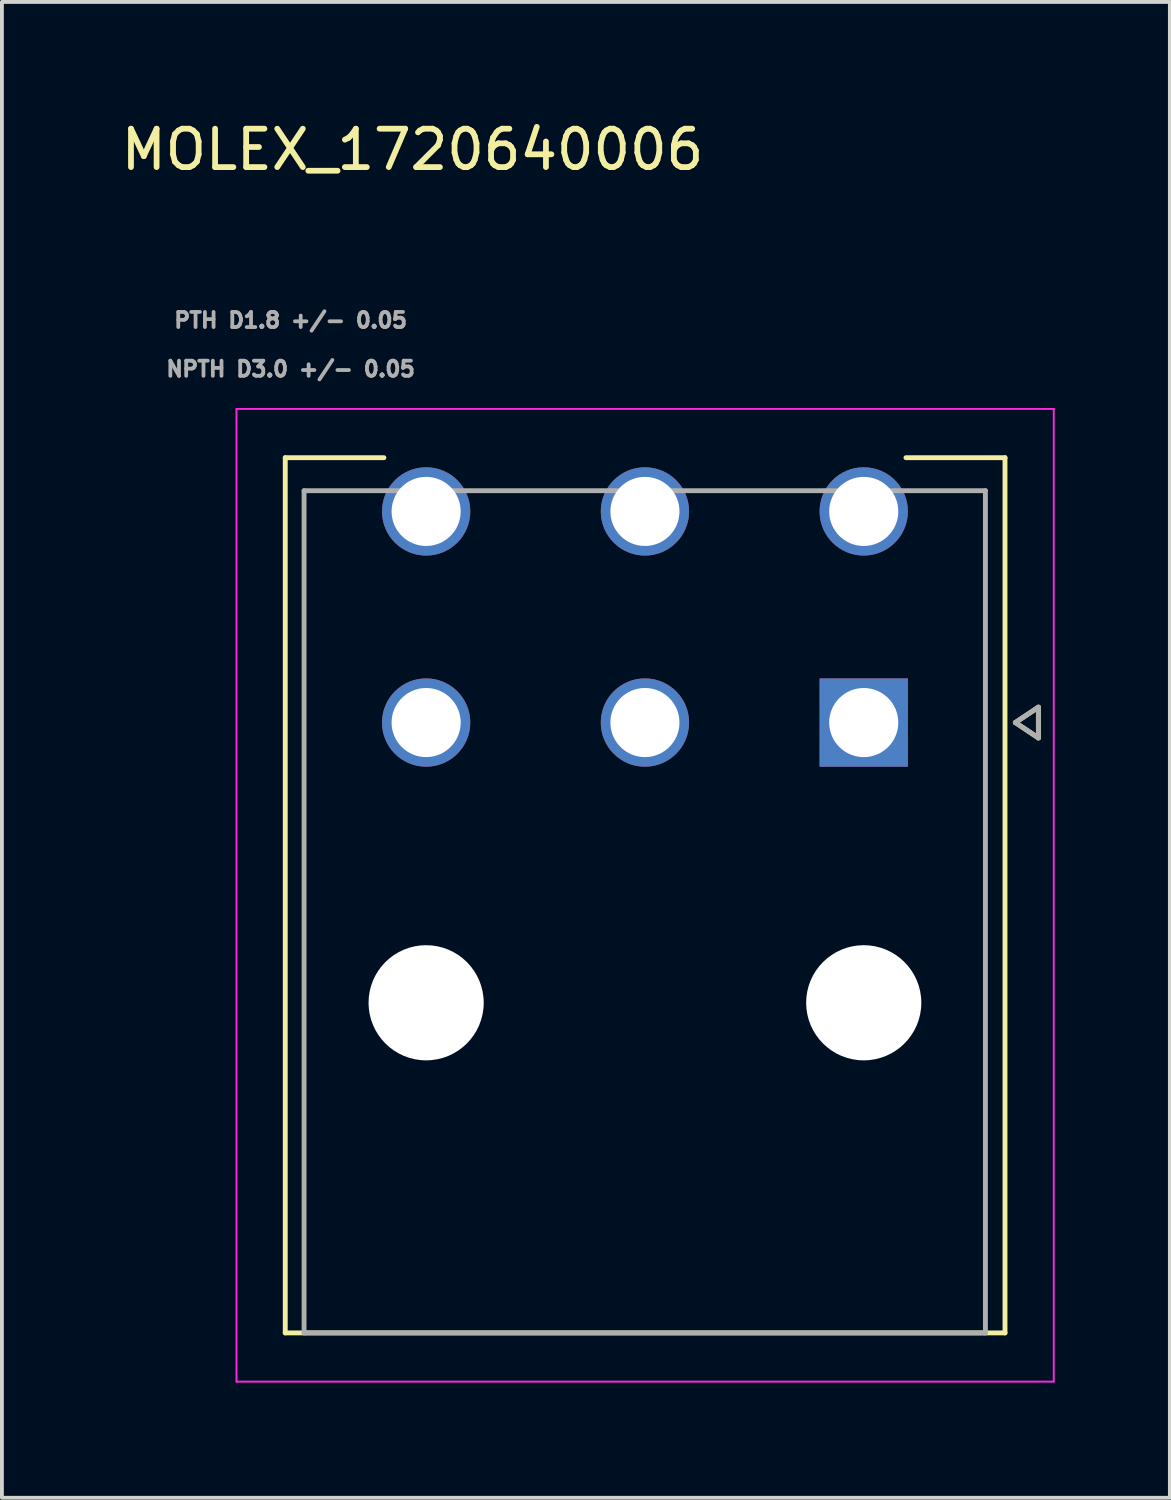
<source format=kicad_pcb>
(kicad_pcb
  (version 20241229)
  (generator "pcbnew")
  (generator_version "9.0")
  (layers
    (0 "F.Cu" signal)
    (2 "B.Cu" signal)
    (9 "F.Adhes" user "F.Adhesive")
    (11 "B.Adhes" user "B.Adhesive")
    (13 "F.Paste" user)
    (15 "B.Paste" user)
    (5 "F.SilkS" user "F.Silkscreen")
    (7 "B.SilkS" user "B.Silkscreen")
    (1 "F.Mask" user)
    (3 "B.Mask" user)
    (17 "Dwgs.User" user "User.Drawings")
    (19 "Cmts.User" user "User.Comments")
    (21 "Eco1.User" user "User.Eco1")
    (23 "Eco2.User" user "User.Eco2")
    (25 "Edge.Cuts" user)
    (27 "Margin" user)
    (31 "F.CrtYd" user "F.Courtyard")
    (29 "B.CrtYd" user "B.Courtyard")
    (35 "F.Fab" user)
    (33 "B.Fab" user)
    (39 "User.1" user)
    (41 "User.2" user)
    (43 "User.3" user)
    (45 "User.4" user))
  (footprint "MOLEX_1720640006"
    (layer "F.Cu")
    (at 19.451 15.773)
    (property "Reference" "MOLEX_1720640006" (at -11.755 -14.925 0) (layer "F.SilkS") (effects (font (size 1 1) (thickness 0.15))))
    (attr through_hole)
    (fp_circle (center -11.4 -5.5) (end -10.787 -5.5) (stroke (width 1.226) (type solid)) (fill no) (layer "F.Mask"))
    (fp_circle (center -11.4 0) (end -10.787 0) (stroke (width 1.226) (type solid)) (fill no) (layer "F.Mask"))
    (fp_circle (center -11.4 7.3) (end -10.612 7.3) (stroke (width 1.576) (type solid)) (fill no) (layer "F.Mask"))
    (fp_circle (center -5.7 -5.5) (end -5.087 -5.5) (stroke (width 1.226) (type solid)) (fill no) (layer "F.Mask"))
    (fp_circle (center -5.7 0) (end -5.087 0) (stroke (width 1.226) (type solid)) (fill no) (layer "F.Mask"))
    (fp_circle (center 0 -5.5) (end 0.613 -5.5) (stroke (width 1.226) (type solid)) (fill no) (layer "F.Mask"))
    (fp_circle (center 0 7.3) (end 0.788 7.3) (stroke (width 1.576) (type solid)) (fill no) (layer "F.Mask"))
    (fp_poly (pts (xy -1.226 -1.226) (xy 1.226 -1.226) (xy 1.226 1.226) (xy -1.226 1.226)) (stroke (width 0.01) (type solid)) (fill yes) (layer "F.Mask"))
    (fp_circle (center -11.4 -5.5) (end -10.787 -5.5) (stroke (width 1.226) (type solid)) (fill no) (layer "B.Mask"))
    (fp_circle (center -11.4 0) (end -10.787 0) (stroke (width 1.226) (type solid)) (fill no) (layer "B.Mask"))
    (fp_circle (center -11.4 7.3) (end -10.612 7.3) (stroke (width 1.576) (type solid)) (fill no) (layer "B.Mask"))
    (fp_circle (center -5.7 -5.5) (end -5.087 -5.5) (stroke (width 1.226) (type solid)) (fill no) (layer "B.Mask"))
    (fp_circle (center -5.7 0) (end -5.087 0) (stroke (width 1.226) (type solid)) (fill no) (layer "B.Mask"))
    (fp_circle (center 0 -5.5) (end 0.613 -5.5) (stroke (width 1.226) (type solid)) (fill no) (layer "B.Mask"))
    (fp_circle (center 0 7.3) (end 0.788 7.3) (stroke (width 1.576) (type solid)) (fill no) (layer "B.Mask"))
    (fp_poly (pts (xy -1.226 -1.226) (xy 1.226 -1.226) (xy 1.226 1.226) (xy -1.226 1.226)) (stroke (width 0.01) (type solid)) (fill yes) (layer "B.Mask"))
    (fp_line (start -15.07 -6.9) (end -12.5 -6.9) (stroke (width 0.127) (type solid)) (layer "F.SilkS"))
    (fp_line (start -15.07 15.9) (end -15.07 -6.9) (stroke (width 0.127) (type solid)) (layer "F.SilkS"))
    (fp_line (start 1.1 -6.9) (end 3.68 -6.9) (stroke (width 0.127) (type solid)) (layer "F.SilkS"))
    (fp_line (start 3.68 -6.9) (end 3.68 15.9) (stroke (width 0.127) (type solid)) (layer "F.SilkS"))
    (fp_line (start 3.68 15.9) (end -15.07 15.9) (stroke (width 0.127) (type solid)) (layer "F.SilkS"))
    (fp_line (start 3.95 0) (end 4.55 -0.4) (stroke (width 0.127) (type solid)) (layer "F.SilkS"))
    (fp_line (start 4.55 -0.4) (end 4.55 0.4) (stroke (width 0.127) (type solid)) (layer "F.SilkS"))
    (fp_line (start 4.55 0.4) (end 3.95 0) (stroke (width 0.127) (type solid)) (layer "F.SilkS"))
    (fp_line (start -16.34 -8.17) (end 4.95 -8.17) (stroke (width 0.05) (type solid)) (layer "F.CrtYd"))
    (fp_line (start -16.34 17.17) (end -16.34 -8.17) (stroke (width 0.05) (type solid)) (layer "F.CrtYd"))
    (fp_line (start 4.95 -8.17) (end 4.95 17.17) (stroke (width 0.05) (type solid)) (layer "F.CrtYd"))
    (fp_line (start 4.95 17.17) (end -16.34 17.17) (stroke (width 0.05) (type solid)) (layer "F.CrtYd"))
    (fp_line (start -14.58 -6.04) (end 3.17 -6.04) (stroke (width 0.127) (type solid)) (layer "F.Fab"))
    (fp_line (start -14.58 15.9) (end -14.58 -6.04) (stroke (width 0.127) (type solid)) (layer "F.Fab"))
    (fp_line (start 3.17 -6.04) (end 3.17 15.9) (stroke (width 0.127) (type solid)) (layer "F.Fab"))
    (fp_line (start 3.17 15.9) (end -14.58 15.9) (stroke (width 0.127) (type solid)) (layer "F.Fab"))
    (fp_line (start 3.95 0) (end 4.55 0.4) (stroke (width 0.127) (type solid)) (layer "F.Fab"))
    (fp_line (start 4.55 -0.4) (end 3.95 0) (stroke (width 0.127) (type solid)) (layer "F.Fab"))
    (fp_line (start 4.55 0.4) (end 4.55 -0.4) (stroke (width 0.127) (type solid)) (layer "F.Fab"))
    (fp_text user "NPTH D3.0 +/- 0.05" (at -14.93 -9.21 0) (layer "F.Fab") (effects (font (size 0.394 0.394) (thickness 0.15))))
    (fp_text user "PTH D1.8 +/- 0.05" (at -14.93 -10.48 0) (layer "F.Fab") (effects (font (size 0.394 0.394) (thickness 0.15))))
    (pad "" np_thru_hole circle (at -11.4 7.3) (size 3 3) (drill 3) (layers "*.Cu" "*.Mask"))
    (pad "" np_thru_hole circle (at 0 7.3) (size 3 3) (drill 3) (layers "*.Cu" "*.Mask"))
    (pad "1" thru_hole rect (at 0 0) (size 2.3 2.3) (drill 1.8) (layers "*.Cu"))
    (pad "2" thru_hole circle (at -5.7 0) (size 2.3 2.3) (drill 1.8) (layers "*.Cu"))
    (pad "3" thru_hole circle (at -11.4 0) (size 2.3 2.3) (drill 1.8) (layers "*.Cu"))
    (pad "4" thru_hole circle (at 0 -5.5) (size 2.3 2.3) (drill 1.8) (layers "*.Cu"))
    (pad "5" thru_hole circle (at -5.7 -5.5) (size 2.3 2.3) (drill 1.8) (layers "*.Cu"))
    (pad "6" thru_hole circle (at -11.4 -5.5) (size 2.3 2.3) (drill 1.8) (layers "*.Cu")))
  (gr_rect
    (start -3 -3)
    (end 27.426 35.968)
    (stroke (width 0.1) (type default))
    (fill no)
    (layer "Edge.Cuts")))
</source>
